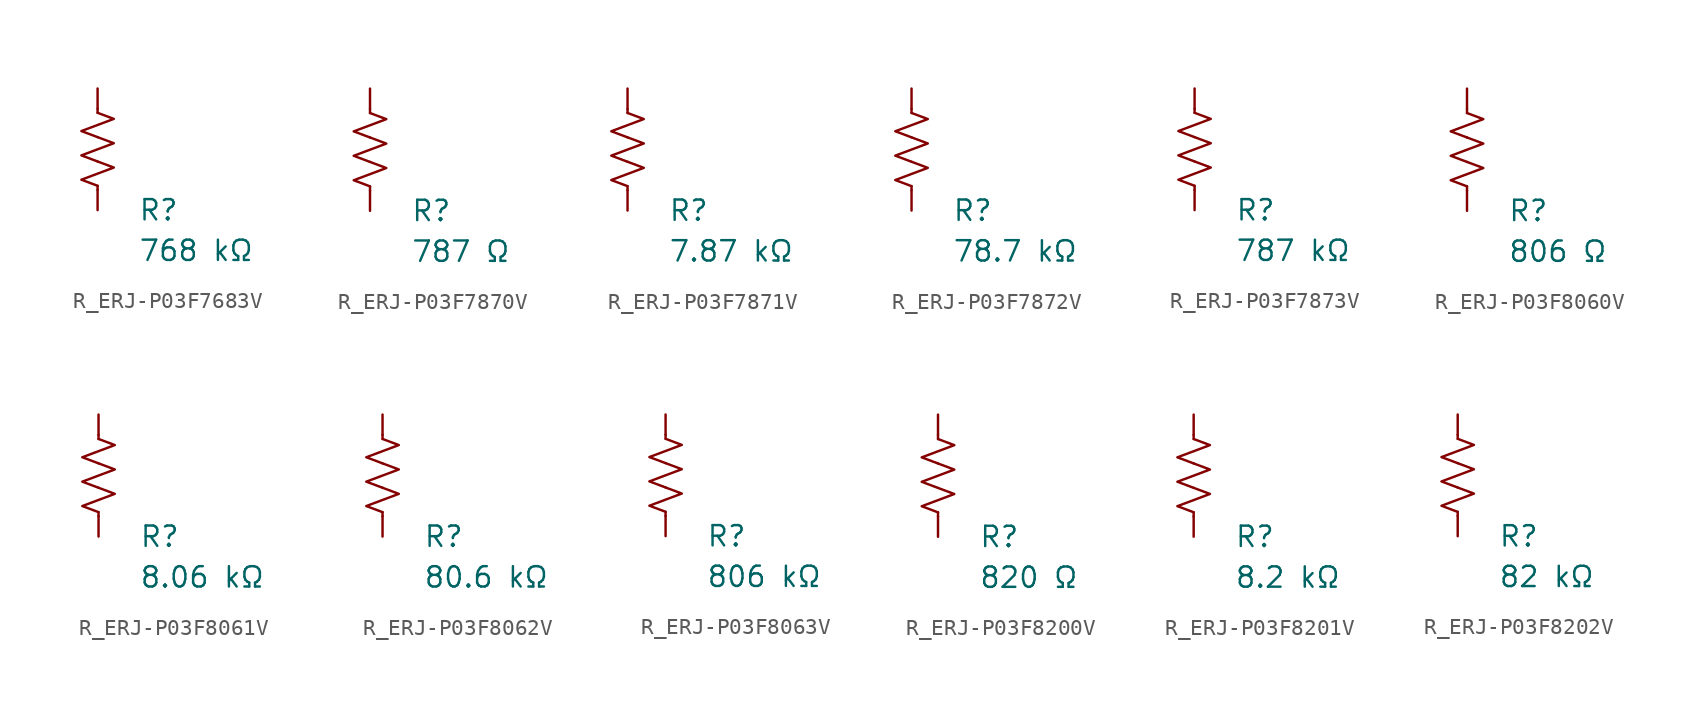
<source format=kicad_sym>
(kicad_symbol_lib
  (version 20231120)
  (generator "kicad_symbol_editor")
  (generator_version "8.0")
  (symbol "R_ERJ-P03F7683V"
    (pin_numbers hide)
    (pin_names
      (offset 0))
    (property "Reference" "R"
      (at 2.54 -3.81 0)
      (effects (font (size 1.27 1.27)) (justify left))
      (show_name no))
    (property "Value" "768 kΩ"
      (at 2.54 -6.35 0)
      (effects (font (size 1.27 1.27)) (justify left))
      (show_name no))
    (symbol "R_ERJ-P03F7683V_0_1"
      (polyline (pts (xy 0 -2.286) (xy 0 -2.54)) (stroke (width 0) (type default)) (fill (type none)))
      (polyline (pts (xy 0 2.286) (xy 0 2.54)) (stroke (width 0) (type default)) (fill (type none)))
      (polyline (pts (xy 0 -0.762) (xy 1.016 -1.143) (xy 0 -1.524) (xy -1.016 -1.905) (xy 0 -2.286)) (stroke (width 0) (type default)) (fill (type none)))
      (polyline (pts (xy 0 0.762) (xy 1.016 0.381) (xy 0 0) (xy -1.016 -0.381) (xy 0 -0.762)) (stroke (width 0) (type default)) (fill (type none)))
      (polyline (pts (xy 0 2.286) (xy 1.016 1.905) (xy 0 1.524) (xy -1.016 1.143) (xy 0 0.762)) (stroke (width 0) (type default)) (fill (type none))))
    (symbol "R_ERJ-P03F7683V_1_1"
      (pin passive line (at 0 3.81 270) (length 1.27) (name "~" (effects (font (size 1.27 1.27)))) (number "1" (effects (font (size 1.27 1.27)))))
      (pin passive line (at 0 -3.81 90) (length 1.27) (name "~" (effects (font (size 1.27 1.27)))) (number "2" (effects (font (size 1.27 1.27)))))))
  (symbol "R_ERJ-P03F7870V"
    (pin_numbers hide)
    (pin_names
      (offset 0))
    (property "Reference" "R"
      (at 2.54 -3.81 0)
      (effects (font (size 1.27 1.27)) (justify left))
      (show_name no))
    (property "Value" "787 Ω"
      (at 2.54 -6.35 0)
      (effects (font (size 1.27 1.27)) (justify left))
      (show_name no))
    (symbol "R_ERJ-P03F7870V_0_1"
      (polyline (pts (xy 0 -2.286) (xy 0 -2.54)) (stroke (width 0) (type default)) (fill (type none)))
      (polyline (pts (xy 0 2.286) (xy 0 2.54)) (stroke (width 0) (type default)) (fill (type none)))
      (polyline (pts (xy 0 -0.762) (xy 1.016 -1.143) (xy 0 -1.524) (xy -1.016 -1.905) (xy 0 -2.286)) (stroke (width 0) (type default)) (fill (type none)))
      (polyline (pts (xy 0 0.762) (xy 1.016 0.381) (xy 0 0) (xy -1.016 -0.381) (xy 0 -0.762)) (stroke (width 0) (type default)) (fill (type none)))
      (polyline (pts (xy 0 2.286) (xy 1.016 1.905) (xy 0 1.524) (xy -1.016 1.143) (xy 0 0.762)) (stroke (width 0) (type default)) (fill (type none))))
    (symbol "R_ERJ-P03F7870V_1_1"
      (pin passive line (at 0 3.81 270) (length 1.27) (name "~" (effects (font (size 1.27 1.27)))) (number "1" (effects (font (size 1.27 1.27)))))
      (pin passive line (at 0 -3.81 90) (length 1.27) (name "~" (effects (font (size 1.27 1.27)))) (number "2" (effects (font (size 1.27 1.27)))))))
  (symbol "R_ERJ-P03F7871V"
    (pin_numbers hide)
    (pin_names
      (offset 0))
    (property "Reference" "R"
      (at 2.54 -3.81 0)
      (effects (font (size 1.27 1.27)) (justify left))
      (show_name no))
    (property "Value" "7.87 kΩ"
      (at 2.54 -6.35 0)
      (effects (font (size 1.27 1.27)) (justify left))
      (show_name no))
    (symbol "R_ERJ-P03F7871V_0_1"
      (polyline (pts (xy 0 -2.286) (xy 0 -2.54)) (stroke (width 0) (type default)) (fill (type none)))
      (polyline (pts (xy 0 2.286) (xy 0 2.54)) (stroke (width 0) (type default)) (fill (type none)))
      (polyline (pts (xy 0 -0.762) (xy 1.016 -1.143) (xy 0 -1.524) (xy -1.016 -1.905) (xy 0 -2.286)) (stroke (width 0) (type default)) (fill (type none)))
      (polyline (pts (xy 0 0.762) (xy 1.016 0.381) (xy 0 0) (xy -1.016 -0.381) (xy 0 -0.762)) (stroke (width 0) (type default)) (fill (type none)))
      (polyline (pts (xy 0 2.286) (xy 1.016 1.905) (xy 0 1.524) (xy -1.016 1.143) (xy 0 0.762)) (stroke (width 0) (type default)) (fill (type none))))
    (symbol "R_ERJ-P03F7871V_1_1"
      (pin passive line (at 0 3.81 270) (length 1.27) (name "~" (effects (font (size 1.27 1.27)))) (number "1" (effects (font (size 1.27 1.27)))))
      (pin passive line (at 0 -3.81 90) (length 1.27) (name "~" (effects (font (size 1.27 1.27)))) (number "2" (effects (font (size 1.27 1.27)))))))
  (symbol "R_ERJ-P03F7872V"
    (pin_numbers hide)
    (pin_names
      (offset 0))
    (property "Reference" "R"
      (at 2.54 -3.81 0)
      (effects (font (size 1.27 1.27)) (justify left))
      (show_name no))
    (property "Value" "78.7 kΩ"
      (at 2.54 -6.35 0)
      (effects (font (size 1.27 1.27)) (justify left))
      (show_name no))
    (symbol "R_ERJ-P03F7872V_0_1"
      (polyline (pts (xy 0 -2.286) (xy 0 -2.54)) (stroke (width 0) (type default)) (fill (type none)))
      (polyline (pts (xy 0 2.286) (xy 0 2.54)) (stroke (width 0) (type default)) (fill (type none)))
      (polyline (pts (xy 0 -0.762) (xy 1.016 -1.143) (xy 0 -1.524) (xy -1.016 -1.905) (xy 0 -2.286)) (stroke (width 0) (type default)) (fill (type none)))
      (polyline (pts (xy 0 0.762) (xy 1.016 0.381) (xy 0 0) (xy -1.016 -0.381) (xy 0 -0.762)) (stroke (width 0) (type default)) (fill (type none)))
      (polyline (pts (xy 0 2.286) (xy 1.016 1.905) (xy 0 1.524) (xy -1.016 1.143) (xy 0 0.762)) (stroke (width 0) (type default)) (fill (type none))))
    (symbol "R_ERJ-P03F7872V_1_1"
      (pin passive line (at 0 3.81 270) (length 1.27) (name "~" (effects (font (size 1.27 1.27)))) (number "1" (effects (font (size 1.27 1.27)))))
      (pin passive line (at 0 -3.81 90) (length 1.27) (name "~" (effects (font (size 1.27 1.27)))) (number "2" (effects (font (size 1.27 1.27)))))))
  (symbol "R_ERJ-P03F7873V"
    (pin_numbers hide)
    (pin_names
      (offset 0))
    (property "Reference" "R"
      (at 2.54 -3.81 0)
      (effects (font (size 1.27 1.27)) (justify left))
      (show_name no))
    (property "Value" "787 kΩ"
      (at 2.54 -6.35 0)
      (effects (font (size 1.27 1.27)) (justify left))
      (show_name no))
    (symbol "R_ERJ-P03F7873V_0_1"
      (polyline (pts (xy 0 -2.286) (xy 0 -2.54)) (stroke (width 0) (type default)) (fill (type none)))
      (polyline (pts (xy 0 2.286) (xy 0 2.54)) (stroke (width 0) (type default)) (fill (type none)))
      (polyline (pts (xy 0 -0.762) (xy 1.016 -1.143) (xy 0 -1.524) (xy -1.016 -1.905) (xy 0 -2.286)) (stroke (width 0) (type default)) (fill (type none)))
      (polyline (pts (xy 0 0.762) (xy 1.016 0.381) (xy 0 0) (xy -1.016 -0.381) (xy 0 -0.762)) (stroke (width 0) (type default)) (fill (type none)))
      (polyline (pts (xy 0 2.286) (xy 1.016 1.905) (xy 0 1.524) (xy -1.016 1.143) (xy 0 0.762)) (stroke (width 0) (type default)) (fill (type none))))
    (symbol "R_ERJ-P03F7873V_1_1"
      (pin passive line (at 0 3.81 270) (length 1.27) (name "~" (effects (font (size 1.27 1.27)))) (number "1" (effects (font (size 1.27 1.27)))))
      (pin passive line (at 0 -3.81 90) (length 1.27) (name "~" (effects (font (size 1.27 1.27)))) (number "2" (effects (font (size 1.27 1.27)))))))
  (symbol "R_ERJ-P03F8060V"
    (pin_numbers hide)
    (pin_names
      (offset 0))
    (property "Reference" "R"
      (at 2.54 -3.81 0)
      (effects (font (size 1.27 1.27)) (justify left))
      (show_name no))
    (property "Value" "806 Ω"
      (at 2.54 -6.35 0)
      (effects (font (size 1.27 1.27)) (justify left))
      (show_name no))
    (symbol "R_ERJ-P03F8060V_0_1"
      (polyline (pts (xy 0 -2.286) (xy 0 -2.54)) (stroke (width 0) (type default)) (fill (type none)))
      (polyline (pts (xy 0 2.286) (xy 0 2.54)) (stroke (width 0) (type default)) (fill (type none)))
      (polyline (pts (xy 0 -0.762) (xy 1.016 -1.143) (xy 0 -1.524) (xy -1.016 -1.905) (xy 0 -2.286)) (stroke (width 0) (type default)) (fill (type none)))
      (polyline (pts (xy 0 0.762) (xy 1.016 0.381) (xy 0 0) (xy -1.016 -0.381) (xy 0 -0.762)) (stroke (width 0) (type default)) (fill (type none)))
      (polyline (pts (xy 0 2.286) (xy 1.016 1.905) (xy 0 1.524) (xy -1.016 1.143) (xy 0 0.762)) (stroke (width 0) (type default)) (fill (type none))))
    (symbol "R_ERJ-P03F8060V_1_1"
      (pin passive line (at 0 3.81 270) (length 1.27) (name "~" (effects (font (size 1.27 1.27)))) (number "1" (effects (font (size 1.27 1.27)))))
      (pin passive line (at 0 -3.81 90) (length 1.27) (name "~" (effects (font (size 1.27 1.27)))) (number "2" (effects (font (size 1.27 1.27)))))))
  (symbol "R_ERJ-P03F8061V"
    (pin_numbers hide)
    (pin_names
      (offset 0))
    (property "Reference" "R"
      (at 2.54 -3.81 0)
      (effects (font (size 1.27 1.27)) (justify left))
      (show_name no))
    (property "Value" "8.06 kΩ"
      (at 2.54 -6.35 0)
      (effects (font (size 1.27 1.27)) (justify left))
      (show_name no))
    (symbol "R_ERJ-P03F8061V_0_1"
      (polyline (pts (xy 0 -2.286) (xy 0 -2.54)) (stroke (width 0) (type default)) (fill (type none)))
      (polyline (pts (xy 0 2.286) (xy 0 2.54)) (stroke (width 0) (type default)) (fill (type none)))
      (polyline (pts (xy 0 -0.762) (xy 1.016 -1.143) (xy 0 -1.524) (xy -1.016 -1.905) (xy 0 -2.286)) (stroke (width 0) (type default)) (fill (type none)))
      (polyline (pts (xy 0 0.762) (xy 1.016 0.381) (xy 0 0) (xy -1.016 -0.381) (xy 0 -0.762)) (stroke (width 0) (type default)) (fill (type none)))
      (polyline (pts (xy 0 2.286) (xy 1.016 1.905) (xy 0 1.524) (xy -1.016 1.143) (xy 0 0.762)) (stroke (width 0) (type default)) (fill (type none))))
    (symbol "R_ERJ-P03F8061V_1_1"
      (pin passive line (at 0 3.81 270) (length 1.27) (name "~" (effects (font (size 1.27 1.27)))) (number "1" (effects (font (size 1.27 1.27)))))
      (pin passive line (at 0 -3.81 90) (length 1.27) (name "~" (effects (font (size 1.27 1.27)))) (number "2" (effects (font (size 1.27 1.27)))))))
  (symbol "R_ERJ-P03F8062V"
    (pin_numbers hide)
    (pin_names
      (offset 0))
    (property "Reference" "R"
      (at 2.54 -3.81 0)
      (effects (font (size 1.27 1.27)) (justify left))
      (show_name no))
    (property "Value" "80.6 kΩ"
      (at 2.54 -6.35 0)
      (effects (font (size 1.27 1.27)) (justify left))
      (show_name no))
    (symbol "R_ERJ-P03F8062V_0_1"
      (polyline (pts (xy 0 -2.286) (xy 0 -2.54)) (stroke (width 0) (type default)) (fill (type none)))
      (polyline (pts (xy 0 2.286) (xy 0 2.54)) (stroke (width 0) (type default)) (fill (type none)))
      (polyline (pts (xy 0 -0.762) (xy 1.016 -1.143) (xy 0 -1.524) (xy -1.016 -1.905) (xy 0 -2.286)) (stroke (width 0) (type default)) (fill (type none)))
      (polyline (pts (xy 0 0.762) (xy 1.016 0.381) (xy 0 0) (xy -1.016 -0.381) (xy 0 -0.762)) (stroke (width 0) (type default)) (fill (type none)))
      (polyline (pts (xy 0 2.286) (xy 1.016 1.905) (xy 0 1.524) (xy -1.016 1.143) (xy 0 0.762)) (stroke (width 0) (type default)) (fill (type none))))
    (symbol "R_ERJ-P03F8062V_1_1"
      (pin passive line (at 0 3.81 270) (length 1.27) (name "~" (effects (font (size 1.27 1.27)))) (number "1" (effects (font (size 1.27 1.27)))))
      (pin passive line (at 0 -3.81 90) (length 1.27) (name "~" (effects (font (size 1.27 1.27)))) (number "2" (effects (font (size 1.27 1.27)))))))
  (symbol "R_ERJ-P03F8063V"
    (pin_numbers hide)
    (pin_names
      (offset 0))
    (property "Reference" "R"
      (at 2.54 -3.81 0)
      (effects (font (size 1.27 1.27)) (justify left))
      (show_name no))
    (property "Value" "806 kΩ"
      (at 2.54 -6.35 0)
      (effects (font (size 1.27 1.27)) (justify left))
      (show_name no))
    (symbol "R_ERJ-P03F8063V_0_1"
      (polyline (pts (xy 0 -2.286) (xy 0 -2.54)) (stroke (width 0) (type default)) (fill (type none)))
      (polyline (pts (xy 0 2.286) (xy 0 2.54)) (stroke (width 0) (type default)) (fill (type none)))
      (polyline (pts (xy 0 -0.762) (xy 1.016 -1.143) (xy 0 -1.524) (xy -1.016 -1.905) (xy 0 -2.286)) (stroke (width 0) (type default)) (fill (type none)))
      (polyline (pts (xy 0 0.762) (xy 1.016 0.381) (xy 0 0) (xy -1.016 -0.381) (xy 0 -0.762)) (stroke (width 0) (type default)) (fill (type none)))
      (polyline (pts (xy 0 2.286) (xy 1.016 1.905) (xy 0 1.524) (xy -1.016 1.143) (xy 0 0.762)) (stroke (width 0) (type default)) (fill (type none))))
    (symbol "R_ERJ-P03F8063V_1_1"
      (pin passive line (at 0 3.81 270) (length 1.27) (name "~" (effects (font (size 1.27 1.27)))) (number "1" (effects (font (size 1.27 1.27)))))
      (pin passive line (at 0 -3.81 90) (length 1.27) (name "~" (effects (font (size 1.27 1.27)))) (number "2" (effects (font (size 1.27 1.27)))))))
  (symbol "R_ERJ-P03F8200V"
    (pin_numbers hide)
    (pin_names
      (offset 0))
    (property "Reference" "R"
      (at 2.54 -3.81 0)
      (effects (font (size 1.27 1.27)) (justify left))
      (show_name no))
    (property "Value" "820 Ω"
      (at 2.54 -6.35 0)
      (effects (font (size 1.27 1.27)) (justify left))
      (show_name no))
    (symbol "R_ERJ-P03F8200V_0_1"
      (polyline (pts (xy 0 -2.286) (xy 0 -2.54)) (stroke (width 0) (type default)) (fill (type none)))
      (polyline (pts (xy 0 2.286) (xy 0 2.54)) (stroke (width 0) (type default)) (fill (type none)))
      (polyline (pts (xy 0 -0.762) (xy 1.016 -1.143) (xy 0 -1.524) (xy -1.016 -1.905) (xy 0 -2.286)) (stroke (width 0) (type default)) (fill (type none)))
      (polyline (pts (xy 0 0.762) (xy 1.016 0.381) (xy 0 0) (xy -1.016 -0.381) (xy 0 -0.762)) (stroke (width 0) (type default)) (fill (type none)))
      (polyline (pts (xy 0 2.286) (xy 1.016 1.905) (xy 0 1.524) (xy -1.016 1.143) (xy 0 0.762)) (stroke (width 0) (type default)) (fill (type none))))
    (symbol "R_ERJ-P03F8200V_1_1"
      (pin passive line (at 0 3.81 270) (length 1.27) (name "~" (effects (font (size 1.27 1.27)))) (number "1" (effects (font (size 1.27 1.27)))))
      (pin passive line (at 0 -3.81 90) (length 1.27) (name "~" (effects (font (size 1.27 1.27)))) (number "2" (effects (font (size 1.27 1.27)))))))
  (symbol "R_ERJ-P03F8201V"
    (pin_numbers hide)
    (pin_names
      (offset 0))
    (property "Reference" "R"
      (at 2.54 -3.81 0)
      (effects (font (size 1.27 1.27)) (justify left))
      (show_name no))
    (property "Value" "8.2 kΩ"
      (at 2.54 -6.35 0)
      (effects (font (size 1.27 1.27)) (justify left))
      (show_name no))
    (symbol "R_ERJ-P03F8201V_0_1"
      (polyline (pts (xy 0 -2.286) (xy 0 -2.54)) (stroke (width 0) (type default)) (fill (type none)))
      (polyline (pts (xy 0 2.286) (xy 0 2.54)) (stroke (width 0) (type default)) (fill (type none)))
      (polyline (pts (xy 0 -0.762) (xy 1.016 -1.143) (xy 0 -1.524) (xy -1.016 -1.905) (xy 0 -2.286)) (stroke (width 0) (type default)) (fill (type none)))
      (polyline (pts (xy 0 0.762) (xy 1.016 0.381) (xy 0 0) (xy -1.016 -0.381) (xy 0 -0.762)) (stroke (width 0) (type default)) (fill (type none)))
      (polyline (pts (xy 0 2.286) (xy 1.016 1.905) (xy 0 1.524) (xy -1.016 1.143) (xy 0 0.762)) (stroke (width 0) (type default)) (fill (type none))))
    (symbol "R_ERJ-P03F8201V_1_1"
      (pin passive line (at 0 3.81 270) (length 1.27) (name "~" (effects (font (size 1.27 1.27)))) (number "1" (effects (font (size 1.27 1.27)))))
      (pin passive line (at 0 -3.81 90) (length 1.27) (name "~" (effects (font (size 1.27 1.27)))) (number "2" (effects (font (size 1.27 1.27)))))))
  (symbol "R_ERJ-P03F8202V"
    (pin_numbers hide)
    (pin_names
      (offset 0))
    (property "Reference" "R"
      (at 2.54 -3.81 0)
      (effects (font (size 1.27 1.27)) (justify left))
      (show_name no))
    (property "Value" "82 kΩ"
      (at 2.54 -6.35 0)
      (effects (font (size 1.27 1.27)) (justify left))
      (show_name no))
    (symbol "R_ERJ-P03F8202V_0_1"
      (polyline (pts (xy 0 -2.286) (xy 0 -2.54)) (stroke (width 0) (type default)) (fill (type none)))
      (polyline (pts (xy 0 2.286) (xy 0 2.54)) (stroke (width 0) (type default)) (fill (type none)))
      (polyline (pts (xy 0 -0.762) (xy 1.016 -1.143) (xy 0 -1.524) (xy -1.016 -1.905) (xy 0 -2.286)) (stroke (width 0) (type default)) (fill (type none)))
      (polyline (pts (xy 0 0.762) (xy 1.016 0.381) (xy 0 0) (xy -1.016 -0.381) (xy 0 -0.762)) (stroke (width 0) (type default)) (fill (type none)))
      (polyline (pts (xy 0 2.286) (xy 1.016 1.905) (xy 0 1.524) (xy -1.016 1.143) (xy 0 0.762)) (stroke (width 0) (type default)) (fill (type none))))
    (symbol "R_ERJ-P03F8202V_1_1"
      (pin passive line (at 0 3.81 270) (length 1.27) (name "~" (effects (font (size 1.27 1.27)))) (number "1" (effects (font (size 1.27 1.27)))))
      (pin passive line (at 0 -3.81 90) (length 1.27) (name "~" (effects (font (size 1.27 1.27)))) (number "2" (effects (font (size 1.27 1.27))))))))
</source>
